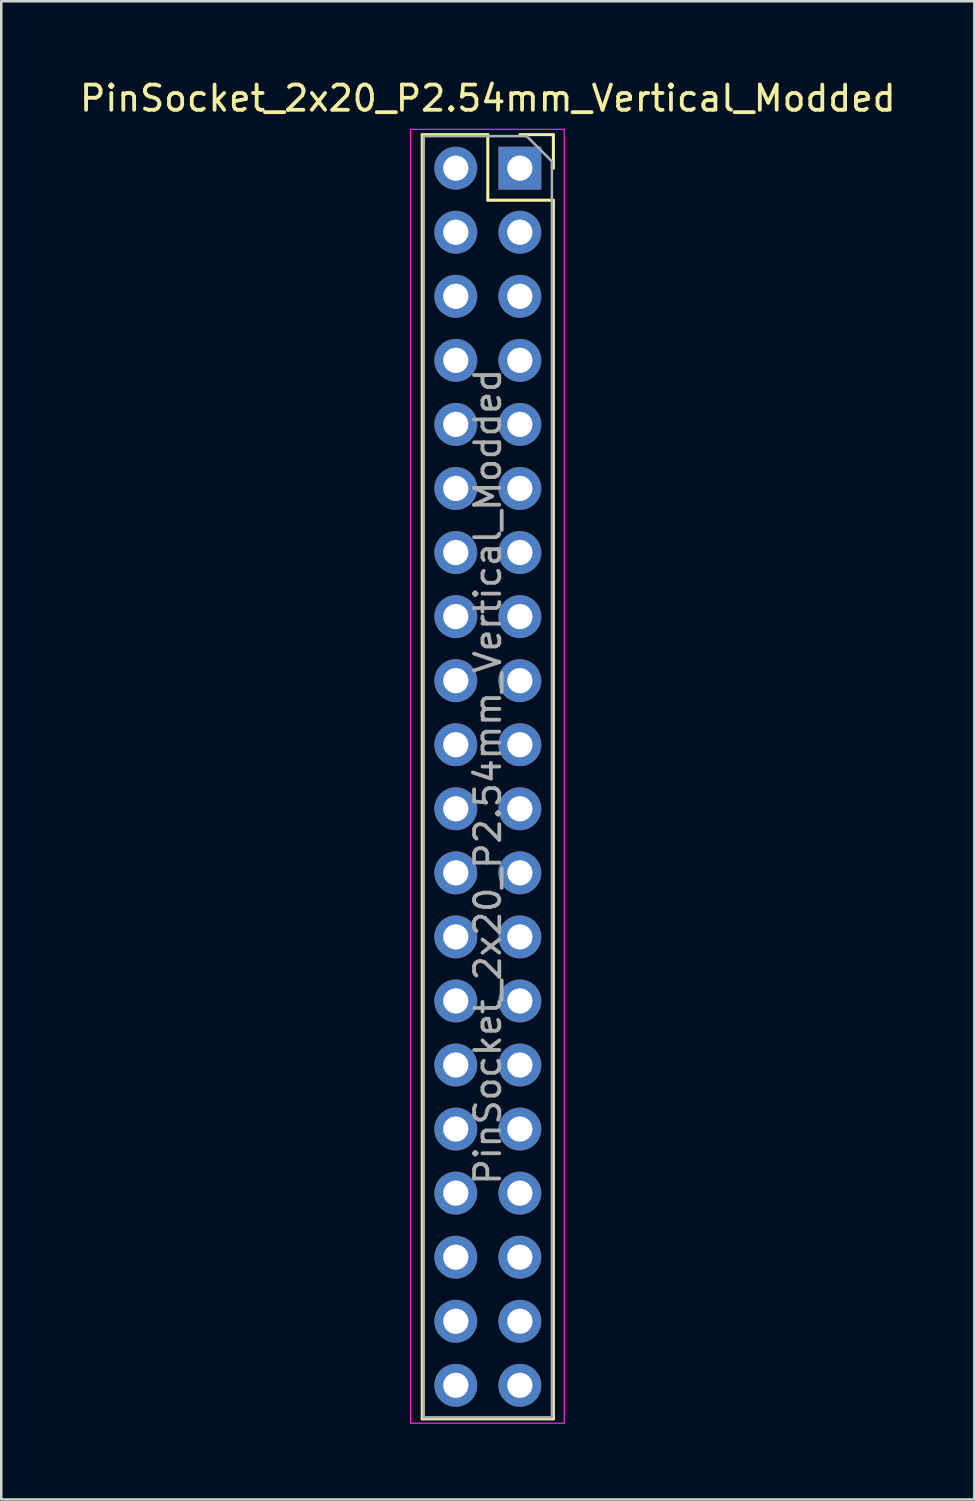
<source format=kicad_pcb>
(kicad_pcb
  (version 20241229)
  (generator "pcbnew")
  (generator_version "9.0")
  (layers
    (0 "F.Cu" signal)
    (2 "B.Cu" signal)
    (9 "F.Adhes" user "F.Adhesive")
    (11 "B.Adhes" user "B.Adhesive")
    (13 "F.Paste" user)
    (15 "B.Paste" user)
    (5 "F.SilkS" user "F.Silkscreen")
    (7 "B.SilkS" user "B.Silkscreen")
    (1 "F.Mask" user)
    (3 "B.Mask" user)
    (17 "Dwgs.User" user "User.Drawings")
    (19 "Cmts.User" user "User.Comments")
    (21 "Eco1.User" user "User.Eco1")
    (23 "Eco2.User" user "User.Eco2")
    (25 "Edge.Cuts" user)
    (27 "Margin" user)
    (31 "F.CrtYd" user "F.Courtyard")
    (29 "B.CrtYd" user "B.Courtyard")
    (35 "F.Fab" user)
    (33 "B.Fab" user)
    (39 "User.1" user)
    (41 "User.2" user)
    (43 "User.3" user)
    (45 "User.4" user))
  (footprint "PinSocket_2x20_P2.54mm_Vertical_Modded"
    (layer "F.Cu")
    (at 17.562 3.618)
    (property "Reference" "PinSocket_2x20_P2.54mm_Vertical_Modded" (at -1.27 -2.77 180) (layer "F.SilkS") (effects (font (size 1 1) (thickness 0.15))))
    (attr through_hole)
    (fp_line (start -3.87 -1.33) (end -3.87 49.59) (stroke (width 0.12) (type solid)) (layer "F.SilkS"))
    (fp_line (start -3.87 -1.33) (end -1.27 -1.33) (stroke (width 0.12) (type solid)) (layer "F.SilkS"))
    (fp_line (start -3.87 49.59) (end 1.33 49.59) (stroke (width 0.12) (type solid)) (layer "F.SilkS"))
    (fp_line (start -1.27 -1.33) (end -1.27 1.27) (stroke (width 0.12) (type solid)) (layer "F.SilkS"))
    (fp_line (start -1.27 1.27) (end 1.33 1.27) (stroke (width 0.12) (type solid)) (layer "F.SilkS"))
    (fp_line (start 0 -1.33) (end 1.33 -1.33) (stroke (width 0.12) (type solid)) (layer "F.SilkS"))
    (fp_line (start 1.33 -1.33) (end 1.33 0) (stroke (width 0.12) (type solid)) (layer "F.SilkS"))
    (fp_line (start 1.33 1.27) (end 1.33 49.59) (stroke (width 0.12) (type solid)) (layer "F.SilkS"))
    (fp_rect (start -4.33 -1.54) (end 1.76 49.76) (stroke (width 0.05) (type default)) (fill no) (layer "F.CrtYd"))
    (fp_line (start -3.81 -1.27) (end 0.27 -1.27) (stroke (width 0.1) (type solid)) (layer "F.Fab"))
    (fp_line (start -3.81 49.53) (end -3.81 -1.27) (stroke (width 0.1) (type solid)) (layer "F.Fab"))
    (fp_line (start 0.27 -1.27) (end 1.27 -0.27) (stroke (width 0.1) (type solid)) (layer "F.Fab"))
    (fp_line (start 1.27 -0.27) (end 1.27 49.53) (stroke (width 0.1) (type solid)) (layer "F.Fab"))
    (fp_line (start 1.27 49.53) (end -3.81 49.53) (stroke (width 0.1) (type solid)) (layer "F.Fab"))
    (fp_text user "${REFERENCE}" (at -1.27 24.13 90) (layer "F.Fab") (effects (font (size 1 1) (thickness 0.15))))
    (pad "1" thru_hole rect (at 0 0) (size 1.7 1.7) (drill 1) (layers "*.Cu" "*.Mask"))
    (pad "2" thru_hole oval (at -2.54 0) (size 1.7 1.7) (drill 1) (layers "*.Cu" "*.Mask"))
    (pad "3" thru_hole oval (at 0 2.54) (size 1.7 1.7) (drill 1) (layers "*.Cu" "*.Mask"))
    (pad "4" thru_hole oval (at -2.54 2.54) (size 1.7 1.7) (drill 1) (layers "*.Cu" "*.Mask"))
    (pad "5" thru_hole oval (at 0 5.08) (size 1.7 1.7) (drill 1) (layers "*.Cu" "*.Mask"))
    (pad "6" thru_hole oval (at -2.54 5.08) (size 1.7 1.7) (drill 1) (layers "*.Cu" "*.Mask"))
    (pad "7" thru_hole oval (at 0 7.62) (size 1.7 1.7) (drill 1) (layers "*.Cu" "*.Mask"))
    (pad "8" thru_hole oval (at -2.54 7.62) (size 1.7 1.7) (drill 1) (layers "*.Cu" "*.Mask"))
    (pad "9" thru_hole oval (at 0 10.16) (size 1.7 1.7) (drill 1) (layers "*.Cu" "*.Mask"))
    (pad "10" thru_hole oval (at -2.54 10.16) (size 1.7 1.7) (drill 1) (layers "*.Cu" "*.Mask"))
    (pad "11" thru_hole oval (at 0 12.7) (size 1.7 1.7) (drill 1) (layers "*.Cu" "*.Mask"))
    (pad "12" thru_hole oval (at -2.54 12.7) (size 1.7 1.7) (drill 1) (layers "*.Cu" "*.Mask"))
    (pad "13" thru_hole oval (at 0 15.24) (size 1.7 1.7) (drill 1) (layers "*.Cu" "*.Mask"))
    (pad "14" thru_hole oval (at -2.54 15.24) (size 1.7 1.7) (drill 1) (layers "*.Cu" "*.Mask"))
    (pad "15" thru_hole oval (at 0 17.78) (size 1.7 1.7) (drill 1) (layers "*.Cu" "*.Mask"))
    (pad "16" thru_hole oval (at -2.54 17.78) (size 1.7 1.7) (drill 1) (layers "*.Cu" "*.Mask"))
    (pad "17" thru_hole oval (at 0 20.32) (size 1.7 1.7) (drill 1) (layers "*.Cu" "*.Mask"))
    (pad "18" thru_hole oval (at -2.54 20.32) (size 1.7 1.7) (drill 1) (layers "*.Cu" "*.Mask"))
    (pad "19" thru_hole oval (at 0 22.86) (size 1.7 1.7) (drill 1) (layers "*.Cu" "*.Mask"))
    (pad "20" thru_hole oval (at -2.54 22.86) (size 1.7 1.7) (drill 1) (layers "*.Cu" "*.Mask"))
    (pad "21" thru_hole oval (at 0 25.4) (size 1.7 1.7) (drill 1) (layers "*.Cu" "*.Mask"))
    (pad "22" thru_hole oval (at -2.54 25.4) (size 1.7 1.7) (drill 1) (layers "*.Cu" "*.Mask"))
    (pad "23" thru_hole oval (at 0 27.94) (size 1.7 1.7) (drill 1) (layers "*.Cu" "*.Mask"))
    (pad "24" thru_hole oval (at -2.54 27.94) (size 1.7 1.7) (drill 1) (layers "*.Cu" "*.Mask"))
    (pad "25" thru_hole oval (at 0 30.48) (size 1.7 1.7) (drill 1) (layers "*.Cu" "*.Mask"))
    (pad "26" thru_hole oval (at -2.54 30.48) (size 1.7 1.7) (drill 1) (layers "*.Cu" "*.Mask"))
    (pad "27" thru_hole oval (at 0 33.02) (size 1.7 1.7) (drill 1) (layers "*.Cu" "*.Mask"))
    (pad "28" thru_hole oval (at -2.54 33.02) (size 1.7 1.7) (drill 1) (layers "*.Cu" "*.Mask"))
    (pad "29" thru_hole oval (at 0 35.56) (size 1.7 1.7) (drill 1) (layers "*.Cu" "*.Mask"))
    (pad "30" thru_hole oval (at -2.54 35.56) (size 1.7 1.7) (drill 1) (layers "*.Cu" "*.Mask"))
    (pad "31" thru_hole oval (at 0 38.1) (size 1.7 1.7) (drill 1) (layers "*.Cu" "*.Mask"))
    (pad "32" thru_hole oval (at -2.54 38.1) (size 1.7 1.7) (drill 1) (layers "*.Cu" "*.Mask"))
    (pad "33" thru_hole oval (at 0 40.64) (size 1.7 1.7) (drill 1) (layers "*.Cu" "*.Mask"))
    (pad "34" thru_hole oval (at -2.54 40.64) (size 1.7 1.7) (drill 1) (layers "*.Cu" "*.Mask"))
    (pad "35" thru_hole oval (at 0 43.18) (size 1.7 1.7) (drill 1) (layers "*.Cu" "*.Mask"))
    (pad "36" thru_hole oval (at -2.54 43.18) (size 1.7 1.7) (drill 1) (layers "*.Cu" "*.Mask"))
    (pad "37" thru_hole oval (at 0 45.72) (size 1.7 1.7) (drill 1) (layers "*.Cu" "*.Mask"))
    (pad "38" thru_hole oval (at -2.54 45.72) (size 1.7 1.7) (drill 1) (layers "*.Cu" "*.Mask"))
    (pad "39" thru_hole oval (at 0 48.26) (size 1.7 1.7) (drill 1) (layers "*.Cu" "*.Mask"))
    (pad "40" thru_hole oval (at -2.54 48.26) (size 1.7 1.7) (drill 1) (layers "*.Cu" "*.Mask")))
  (gr_rect
    (start -3 -3)
    (end 35.583 56.403)
    (stroke (width 0.1) (type default))
    (fill no)
    (layer "Edge.Cuts")))
</source>
